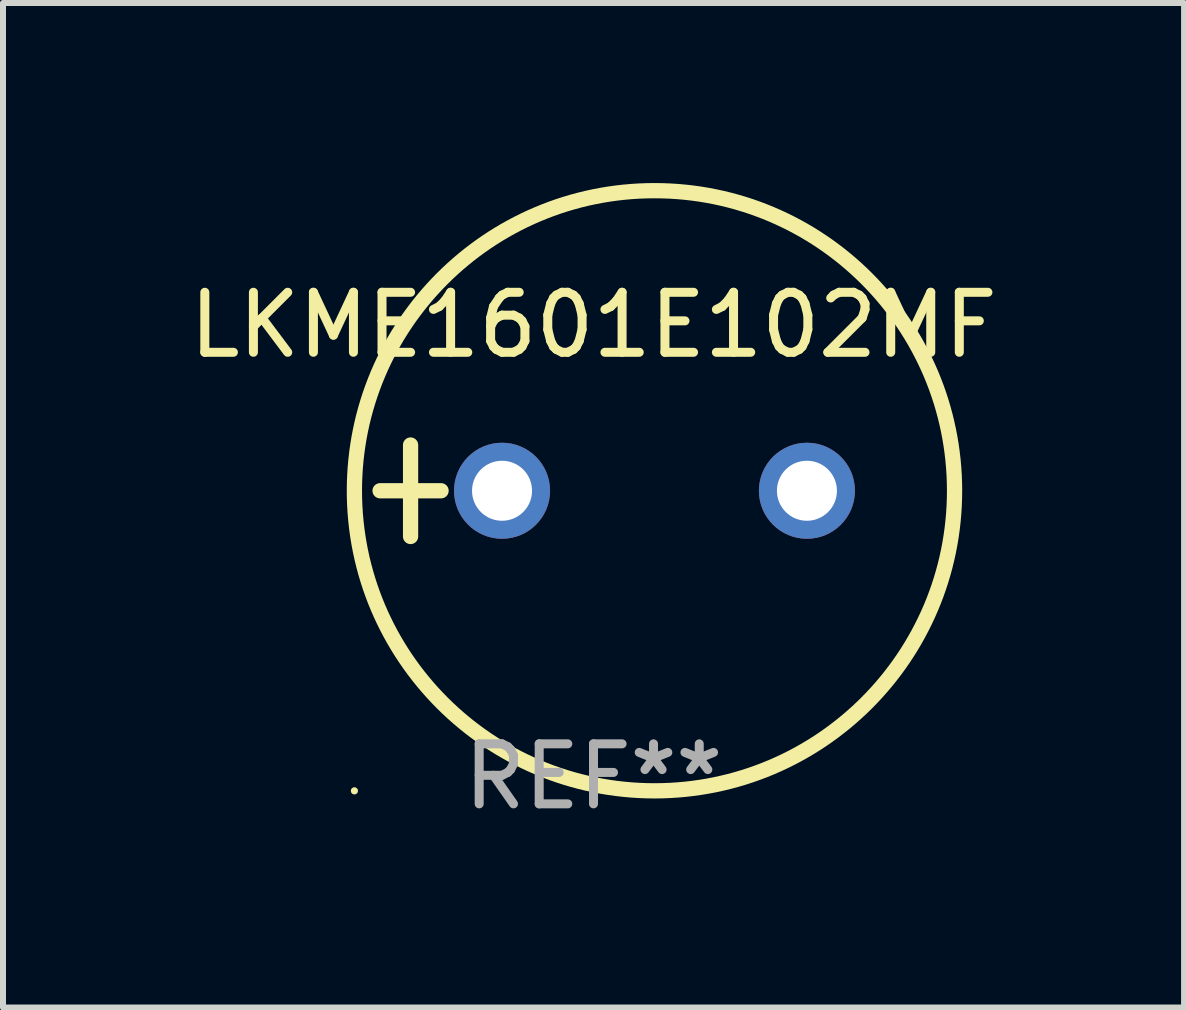
<source format=kicad_pcb>
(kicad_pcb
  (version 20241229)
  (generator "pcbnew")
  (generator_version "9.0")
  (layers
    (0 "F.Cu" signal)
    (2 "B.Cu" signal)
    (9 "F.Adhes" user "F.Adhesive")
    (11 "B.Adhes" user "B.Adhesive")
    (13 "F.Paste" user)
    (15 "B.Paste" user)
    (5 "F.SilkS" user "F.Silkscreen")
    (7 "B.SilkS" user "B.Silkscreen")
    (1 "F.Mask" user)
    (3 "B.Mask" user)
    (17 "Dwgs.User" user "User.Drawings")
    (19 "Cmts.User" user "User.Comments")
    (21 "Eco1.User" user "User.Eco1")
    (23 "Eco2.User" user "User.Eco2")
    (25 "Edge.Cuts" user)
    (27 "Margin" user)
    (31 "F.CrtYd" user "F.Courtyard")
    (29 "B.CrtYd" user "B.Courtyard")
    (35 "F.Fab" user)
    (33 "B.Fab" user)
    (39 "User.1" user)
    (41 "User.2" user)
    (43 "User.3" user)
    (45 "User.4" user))
  (footprint "LKME1601E102MF"
    (layer "F.Cu")
    (at 6.839 5.127)
    (property "Reference" "LKME1601E102MF" (at 0 -2.762 0) (layer "F.SilkS") (effects (font (size 1 1) (thickness 0.15))))
    (attr through_hole)
    (fp_line (start -3.556 0) (end -2.54 0) (stroke (width 0.254) (type solid)) (layer "F.SilkS"))
    (fp_line (start -3.048 -0.762) (end -3.048 0.762) (stroke (width 0.254) (type solid)) (layer "F.SilkS"))
    (fp_circle (center -3.984 5) (end -3.954 5) (stroke (width 0.06) (type solid)) (fill no) (layer "F.SilkS"))
    (fp_circle (center 1.016 0) (end 6.016 0) (stroke (width 0.254) (type solid)) (fill no) (layer "F.SilkS"))
    (fp_text user "REF**" (at 0 4.762 0) (layer "F.Fab") (effects (font (size 1 1) (thickness 0.15))))
    (pad "1" thru_hole circle (at -1.524 0) (size 1.6 1.6) (drill 1) (layers "*.Cu" "*.Mask"))
    (pad "2" thru_hole circle (at 3.556 0) (size 1.6 1.6) (drill 1) (layers "*.Cu" "*.Mask")))
  (gr_rect
    (start -3 -3)
    (end 16.679 13.737)
    (stroke (width 0.1) (type default))
    (fill no)
    (layer "Edge.Cuts")))
</source>
